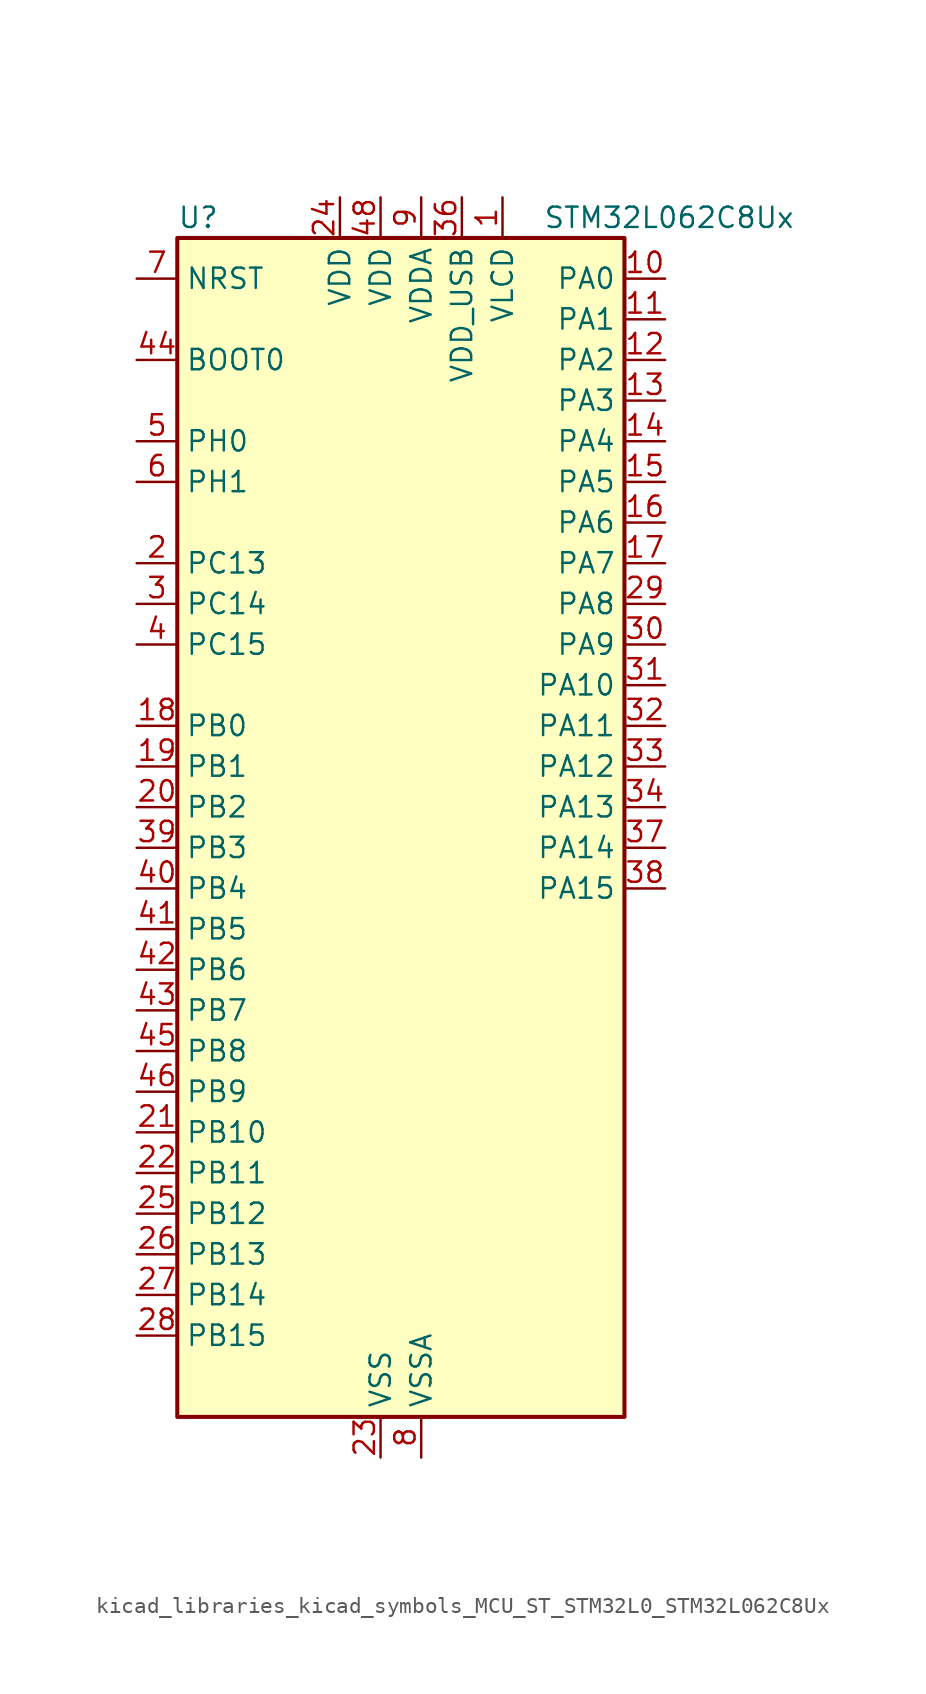
<source format=kicad_sym>
(kicad_symbol_lib
  (version 20220914)
  (generator kicad_symbol_editor)
  (symbol "kicad_libraries_kicad_symbols_MCU_ST_STM32L0_STM32L062C8Ux"
    (property "Reference" "U"
      (at -12.7 39.37 0)
      (effects (font (size 1.27 1.27)) (justify left)))
    (property "Value" "STM32L062C8Ux"
      (at 10.16 39.37 0)
      (effects (font (size 1.27 1.27)) (justify left)))
    (property "ki_locked" ""
      (at 0 0 0)
      (effects (font (size 1.27 1.27))))
    (symbol "kicad_libraries_kicad_symbols_MCU_ST_STM32L0_STM32L062C8Ux_0_1"
      (rectangle (start -12.7 -35.56) (end 15.24 38.1) (stroke (width 0.254) (type default)) (fill (type background))))
    (symbol "kicad_libraries_kicad_symbols_MCU_ST_STM32L0_STM32L062C8Ux_1_1"
      (pin power_in line (at 7.62 40.64 270) (length 2.54) (name "VLCD" (effects (font (size 1.27 1.27)))) (number "1" (effects (font (size 1.27 1.27)))))
      (pin bidirectional line (at 17.78 35.56 180) (length 2.54) (name "PA0" (effects (font (size 1.27 1.27)))) (number "10" (effects (font (size 1.27 1.27)))) (alternate "ADC_IN0" bidirectional line) (alternate "COMP1_INM" bidirectional line) (alternate "COMP1_OUT" bidirectional line) (alternate "RTC_TAMP2" bidirectional line) (alternate "SYS_WKUP1" bidirectional line) (alternate "TIM2_CH1" bidirectional line) (alternate "TIM2_ETR" bidirectional line) (alternate "TSC_G1_IO1" bidirectional line) (alternate "USART2_CTS" bidirectional line))
      (pin bidirectional line (at 17.78 33.02 180) (length 2.54) (name "PA1" (effects (font (size 1.27 1.27)))) (number "11" (effects (font (size 1.27 1.27)))) (alternate "ADC_IN1" bidirectional line) (alternate "COMP1_INP" bidirectional line) (alternate "TIM21_ETR" bidirectional line) (alternate "TIM2_CH2" bidirectional line) (alternate "TSC_G1_IO2" bidirectional line) (alternate "USART2_DE" bidirectional line) (alternate "USART2_RTS" bidirectional line))
      (pin bidirectional line (at 17.78 30.48 180) (length 2.54) (name "PA2" (effects (font (size 1.27 1.27)))) (number "12" (effects (font (size 1.27 1.27)))) (alternate "ADC_IN2" bidirectional line) (alternate "COMP2_INM" bidirectional line) (alternate "COMP2_OUT" bidirectional line) (alternate "TIM21_CH1" bidirectional line) (alternate "TIM2_CH3" bidirectional line) (alternate "TSC_G1_IO3" bidirectional line) (alternate "USART2_TX" bidirectional line))
      (pin bidirectional line (at 17.78 27.94 180) (length 2.54) (name "PA3" (effects (font (size 1.27 1.27)))) (number "13" (effects (font (size 1.27 1.27)))) (alternate "ADC_IN3" bidirectional line) (alternate "COMP2_INP" bidirectional line) (alternate "TIM21_CH2" bidirectional line) (alternate "TIM2_CH4" bidirectional line) (alternate "TSC_G1_IO4" bidirectional line) (alternate "USART2_RX" bidirectional line))
      (pin bidirectional line (at 17.78 25.4 180) (length 2.54) (name "PA4" (effects (font (size 1.27 1.27)))) (number "14" (effects (font (size 1.27 1.27)))) (alternate "ADC_IN4" bidirectional line) (alternate "COMP1_INM" bidirectional line) (alternate "COMP2_INM" bidirectional line) (alternate "DAC_OUT1" bidirectional line) (alternate "SPI1_NSS" bidirectional line) (alternate "TIM22_ETR" bidirectional line) (alternate "TSC_G2_IO1" bidirectional line) (alternate "USART2_CK" bidirectional line))
      (pin bidirectional line (at 17.78 22.86 180) (length 2.54) (name "PA5" (effects (font (size 1.27 1.27)))) (number "15" (effects (font (size 1.27 1.27)))) (alternate "ADC_IN5" bidirectional line) (alternate "COMP1_INM" bidirectional line) (alternate "COMP2_INM" bidirectional line) (alternate "SPI1_SCK" bidirectional line) (alternate "TIM2_CH1" bidirectional line) (alternate "TIM2_ETR" bidirectional line) (alternate "TSC_G2_IO2" bidirectional line))
      (pin bidirectional line (at 17.78 20.32 180) (length 2.54) (name "PA6" (effects (font (size 1.27 1.27)))) (number "16" (effects (font (size 1.27 1.27)))) (alternate "ADC_IN6" bidirectional line) (alternate "COMP1_OUT" bidirectional line) (alternate "LPUART1_CTS" bidirectional line) (alternate "SPI1_MISO" bidirectional line) (alternate "TIM22_CH1" bidirectional line) (alternate "TSC_G2_IO3" bidirectional line))
      (pin bidirectional line (at 17.78 17.78 180) (length 2.54) (name "PA7" (effects (font (size 1.27 1.27)))) (number "17" (effects (font (size 1.27 1.27)))) (alternate "ADC_IN7" bidirectional line) (alternate "COMP2_OUT" bidirectional line) (alternate "SPI1_MOSI" bidirectional line) (alternate "TIM22_CH2" bidirectional line) (alternate "TSC_G2_IO4" bidirectional line))
      (pin bidirectional line (at -15.24 7.62 0) (length 2.54) (name "PB0" (effects (font (size 1.27 1.27)))) (number "18" (effects (font (size 1.27 1.27)))) (alternate "ADC_IN8" bidirectional line) (alternate "SYS_VREF_OUT_PB0" bidirectional line) (alternate "TSC_G3_IO2" bidirectional line))
      (pin bidirectional line (at -15.24 5.08 0) (length 2.54) (name "PB1" (effects (font (size 1.27 1.27)))) (number "19" (effects (font (size 1.27 1.27)))) (alternate "ADC_IN9" bidirectional line) (alternate "LPUART1_DE" bidirectional line) (alternate "LPUART1_RTS" bidirectional line) (alternate "SYS_VREF_OUT_PB1" bidirectional line) (alternate "TSC_G3_IO3" bidirectional line))
      (pin bidirectional line (at -15.24 17.78 0) (length 2.54) (name "PC13" (effects (font (size 1.27 1.27)))) (number "2" (effects (font (size 1.27 1.27)))) (alternate "RTC_OUT_ALARM" bidirectional line) (alternate "RTC_OUT_CALIB" bidirectional line) (alternate "RTC_TAMP1" bidirectional line) (alternate "RTC_TS" bidirectional line) (alternate "SYS_WKUP2" bidirectional line))
      (pin bidirectional line (at -15.24 2.54 0) (length 2.54) (name "PB2" (effects (font (size 1.27 1.27)))) (number "20" (effects (font (size 1.27 1.27)))) (alternate "LPTIM1_OUT" bidirectional line) (alternate "TSC_G3_IO4" bidirectional line))
      (pin bidirectional line (at -15.24 -17.78 0) (length 2.54) (name "PB10" (effects (font (size 1.27 1.27)))) (number "21" (effects (font (size 1.27 1.27)))) (alternate "I2C2_SCL" bidirectional line) (alternate "LPUART1_TX" bidirectional line) (alternate "SPI2_SCK" bidirectional line) (alternate "TIM2_CH3" bidirectional line) (alternate "TSC_SYNC" bidirectional line))
      (pin bidirectional line (at -15.24 -20.32 0) (length 2.54) (name "PB11" (effects (font (size 1.27 1.27)))) (number "22" (effects (font (size 1.27 1.27)))) (alternate "ADC_EXTI11" bidirectional line) (alternate "I2C2_SDA" bidirectional line) (alternate "LPUART1_RX" bidirectional line) (alternate "TIM2_CH4" bidirectional line) (alternate "TSC_G6_IO1" bidirectional line))
      (pin power_in line (at 0 -38.1 90) (length 2.54) (name "VSS" (effects (font (size 1.27 1.27)))) (number "23" (effects (font (size 1.27 1.27)))))
      (pin power_in line (at -2.54 40.64 270) (length 2.54) (name "VDD" (effects (font (size 1.27 1.27)))) (number "24" (effects (font (size 1.27 1.27)))))
      (pin bidirectional line (at -15.24 -22.86 0) (length 2.54) (name "PB12" (effects (font (size 1.27 1.27)))) (number "25" (effects (font (size 1.27 1.27)))) (alternate "I2S2_WS" bidirectional line) (alternate "LPUART1_DE" bidirectional line) (alternate "LPUART1_RTS" bidirectional line) (alternate "SPI2_NSS" bidirectional line) (alternate "TSC_G6_IO2" bidirectional line))
      (pin bidirectional line (at -15.24 -25.4 0) (length 2.54) (name "PB13" (effects (font (size 1.27 1.27)))) (number "26" (effects (font (size 1.27 1.27)))) (alternate "I2C2_SCL" bidirectional line) (alternate "I2S2_CK" bidirectional line) (alternate "LPUART1_CTS" bidirectional line) (alternate "SPI2_SCK" bidirectional line) (alternate "TIM21_CH1" bidirectional line) (alternate "TSC_G6_IO3" bidirectional line))
      (pin bidirectional line (at -15.24 -27.94 0) (length 2.54) (name "PB14" (effects (font (size 1.27 1.27)))) (number "27" (effects (font (size 1.27 1.27)))) (alternate "I2C2_SDA" bidirectional line) (alternate "I2S2_MCK" bidirectional line) (alternate "LPUART1_DE" bidirectional line) (alternate "LPUART1_RTS" bidirectional line) (alternate "RTC_OUT_ALARM" bidirectional line) (alternate "RTC_OUT_CALIB" bidirectional line) (alternate "SPI2_MISO" bidirectional line) (alternate "TIM21_CH2" bidirectional line) (alternate "TSC_G6_IO4" bidirectional line))
      (pin bidirectional line (at -15.24 -30.48 0) (length 2.54) (name "PB15" (effects (font (size 1.27 1.27)))) (number "28" (effects (font (size 1.27 1.27)))) (alternate "I2S2_SD" bidirectional line) (alternate "RTC_REFIN" bidirectional line) (alternate "SPI2_MOSI" bidirectional line))
      (pin bidirectional line (at 17.78 15.24 180) (length 2.54) (name "PA8" (effects (font (size 1.27 1.27)))) (number "29" (effects (font (size 1.27 1.27)))) (alternate "CRS_SYNC" bidirectional line) (alternate "RCC_MCO" bidirectional line) (alternate "USART1_CK" bidirectional line))
      (pin bidirectional line (at -15.24 15.24 0) (length 2.54) (name "PC14" (effects (font (size 1.27 1.27)))) (number "3" (effects (font (size 1.27 1.27)))) (alternate "RCC_OSC32_IN" bidirectional line))
      (pin bidirectional line (at 17.78 12.7 180) (length 2.54) (name "PA9" (effects (font (size 1.27 1.27)))) (number "30" (effects (font (size 1.27 1.27)))) (alternate "DAC_EXTI9" bidirectional line) (alternate "RCC_MCO" bidirectional line) (alternate "TSC_G4_IO1" bidirectional line) (alternate "USART1_TX" bidirectional line))
      (pin bidirectional line (at 17.78 10.16 180) (length 2.54) (name "PA10" (effects (font (size 1.27 1.27)))) (number "31" (effects (font (size 1.27 1.27)))) (alternate "TSC_G4_IO2" bidirectional line) (alternate "USART1_RX" bidirectional line))
      (pin bidirectional line (at 17.78 7.62 180) (length 2.54) (name "PA11" (effects (font (size 1.27 1.27)))) (number "32" (effects (font (size 1.27 1.27)))) (alternate "ADC_EXTI11" bidirectional line) (alternate "COMP1_OUT" bidirectional line) (alternate "SPI1_MISO" bidirectional line) (alternate "TSC_G4_IO3" bidirectional line) (alternate "USART1_CTS" bidirectional line) (alternate "USB_DM" bidirectional line))
      (pin bidirectional line (at 17.78 5.08 180) (length 2.54) (name "PA12" (effects (font (size 1.27 1.27)))) (number "33" (effects (font (size 1.27 1.27)))) (alternate "COMP2_OUT" bidirectional line) (alternate "SPI1_MOSI" bidirectional line) (alternate "TSC_G4_IO4" bidirectional line) (alternate "USART1_DE" bidirectional line) (alternate "USART1_RTS" bidirectional line) (alternate "USB_DP" bidirectional line))
      (pin bidirectional line (at 17.78 2.54 180) (length 2.54) (name "PA13" (effects (font (size 1.27 1.27)))) (number "34" (effects (font (size 1.27 1.27)))) (alternate "SYS_SWDIO" bidirectional line) (alternate "USB_NOE" bidirectional line))
      (pin passive line (at 0 -38.1 90) (length 2.54) hide (name "VSS" (effects (font (size 1.27 1.27)))) (number "35" (effects (font (size 1.27 1.27)))))
      (pin power_in line (at 5.08 40.64 270) (length 2.54) (name "VDD_USB" (effects (font (size 1.27 1.27)))) (number "36" (effects (font (size 1.27 1.27)))))
      (pin bidirectional line (at 17.78 0 180) (length 2.54) (name "PA14" (effects (font (size 1.27 1.27)))) (number "37" (effects (font (size 1.27 1.27)))) (alternate "SYS_SWCLK" bidirectional line) (alternate "USART2_TX" bidirectional line))
      (pin bidirectional line (at 17.78 -2.54 180) (length 2.54) (name "PA15" (effects (font (size 1.27 1.27)))) (number "38" (effects (font (size 1.27 1.27)))) (alternate "SPI1_NSS" bidirectional line) (alternate "TIM2_CH1" bidirectional line) (alternate "TIM2_ETR" bidirectional line) (alternate "USART2_RX" bidirectional line))
      (pin bidirectional line (at -15.24 0 0) (length 2.54) (name "PB3" (effects (font (size 1.27 1.27)))) (number "39" (effects (font (size 1.27 1.27)))) (alternate "COMP2_INM" bidirectional line) (alternate "SPI1_SCK" bidirectional line) (alternate "TIM2_CH2" bidirectional line) (alternate "TSC_G5_IO1" bidirectional line))
      (pin bidirectional line (at -15.24 12.7 0) (length 2.54) (name "PC15" (effects (font (size 1.27 1.27)))) (number "4" (effects (font (size 1.27 1.27)))) (alternate "RCC_OSC32_OUT" bidirectional line))
      (pin bidirectional line (at -15.24 -2.54 0) (length 2.54) (name "PB4" (effects (font (size 1.27 1.27)))) (number "40" (effects (font (size 1.27 1.27)))) (alternate "COMP2_INP" bidirectional line) (alternate "SPI1_MISO" bidirectional line) (alternate "TIM22_CH1" bidirectional line) (alternate "TSC_G5_IO2" bidirectional line))
      (pin bidirectional line (at -15.24 -5.08 0) (length 2.54) (name "PB5" (effects (font (size 1.27 1.27)))) (number "41" (effects (font (size 1.27 1.27)))) (alternate "COMP2_INP" bidirectional line) (alternate "I2C1_SMBA" bidirectional line) (alternate "LPTIM1_IN1" bidirectional line) (alternate "SPI1_MOSI" bidirectional line) (alternate "TIM22_CH2" bidirectional line))
      (pin bidirectional line (at -15.24 -7.62 0) (length 2.54) (name "PB6" (effects (font (size 1.27 1.27)))) (number "42" (effects (font (size 1.27 1.27)))) (alternate "COMP2_INP" bidirectional line) (alternate "I2C1_SCL" bidirectional line) (alternate "LPTIM1_ETR" bidirectional line) (alternate "TSC_G5_IO3" bidirectional line) (alternate "USART1_TX" bidirectional line))
      (pin bidirectional line (at -15.24 -10.16 0) (length 2.54) (name "PB7" (effects (font (size 1.27 1.27)))) (number "43" (effects (font (size 1.27 1.27)))) (alternate "COMP2_INP" bidirectional line) (alternate "I2C1_SDA" bidirectional line) (alternate "LPTIM1_IN2" bidirectional line) (alternate "SYS_PVD_IN" bidirectional line) (alternate "TSC_G5_IO4" bidirectional line) (alternate "USART1_RX" bidirectional line))
      (pin input line (at -15.24 30.48 0) (length 2.54) (name "BOOT0" (effects (font (size 1.27 1.27)))) (number "44" (effects (font (size 1.27 1.27)))))
      (pin bidirectional line (at -15.24 -12.7 0) (length 2.54) (name "PB8" (effects (font (size 1.27 1.27)))) (number "45" (effects (font (size 1.27 1.27)))) (alternate "I2C1_SCL" bidirectional line) (alternate "TSC_SYNC" bidirectional line))
      (pin bidirectional line (at -15.24 -15.24 0) (length 2.54) (name "PB9" (effects (font (size 1.27 1.27)))) (number "46" (effects (font (size 1.27 1.27)))) (alternate "DAC_EXTI9" bidirectional line) (alternate "I2C1_SDA" bidirectional line) (alternate "I2S2_WS" bidirectional line) (alternate "SPI2_NSS" bidirectional line))
      (pin passive line (at 0 -38.1 90) (length 2.54) hide (name "VSS" (effects (font (size 1.27 1.27)))) (number "47" (effects (font (size 1.27 1.27)))))
      (pin power_in line (at 0 40.64 270) (length 2.54) (name "VDD" (effects (font (size 1.27 1.27)))) (number "48" (effects (font (size 1.27 1.27)))))
      (pin passive line (at 0 -38.1 90) (length 2.54) hide (name "VSS" (effects (font (size 1.27 1.27)))) (number "49" (effects (font (size 1.27 1.27)))))
      (pin bidirectional line (at -15.24 25.4 0) (length 2.54) (name "PH0" (effects (font (size 1.27 1.27)))) (number "5" (effects (font (size 1.27 1.27)))) (alternate "CRS_SYNC" bidirectional line) (alternate "RCC_OSC_IN" bidirectional line))
      (pin bidirectional line (at -15.24 22.86 0) (length 2.54) (name "PH1" (effects (font (size 1.27 1.27)))) (number "6" (effects (font (size 1.27 1.27)))) (alternate "RCC_OSC_OUT" bidirectional line))
      (pin input line (at -15.24 35.56 0) (length 2.54) (name "NRST" (effects (font (size 1.27 1.27)))) (number "7" (effects (font (size 1.27 1.27)))))
      (pin power_in line (at 2.54 -38.1 90) (length 2.54) (name "VSSA" (effects (font (size 1.27 1.27)))) (number "8" (effects (font (size 1.27 1.27)))))
      (pin power_in line (at 2.54 40.64 270) (length 2.54) (name "VDDA" (effects (font (size 1.27 1.27)))) (number "9" (effects (font (size 1.27 1.27))))))))
</source>
